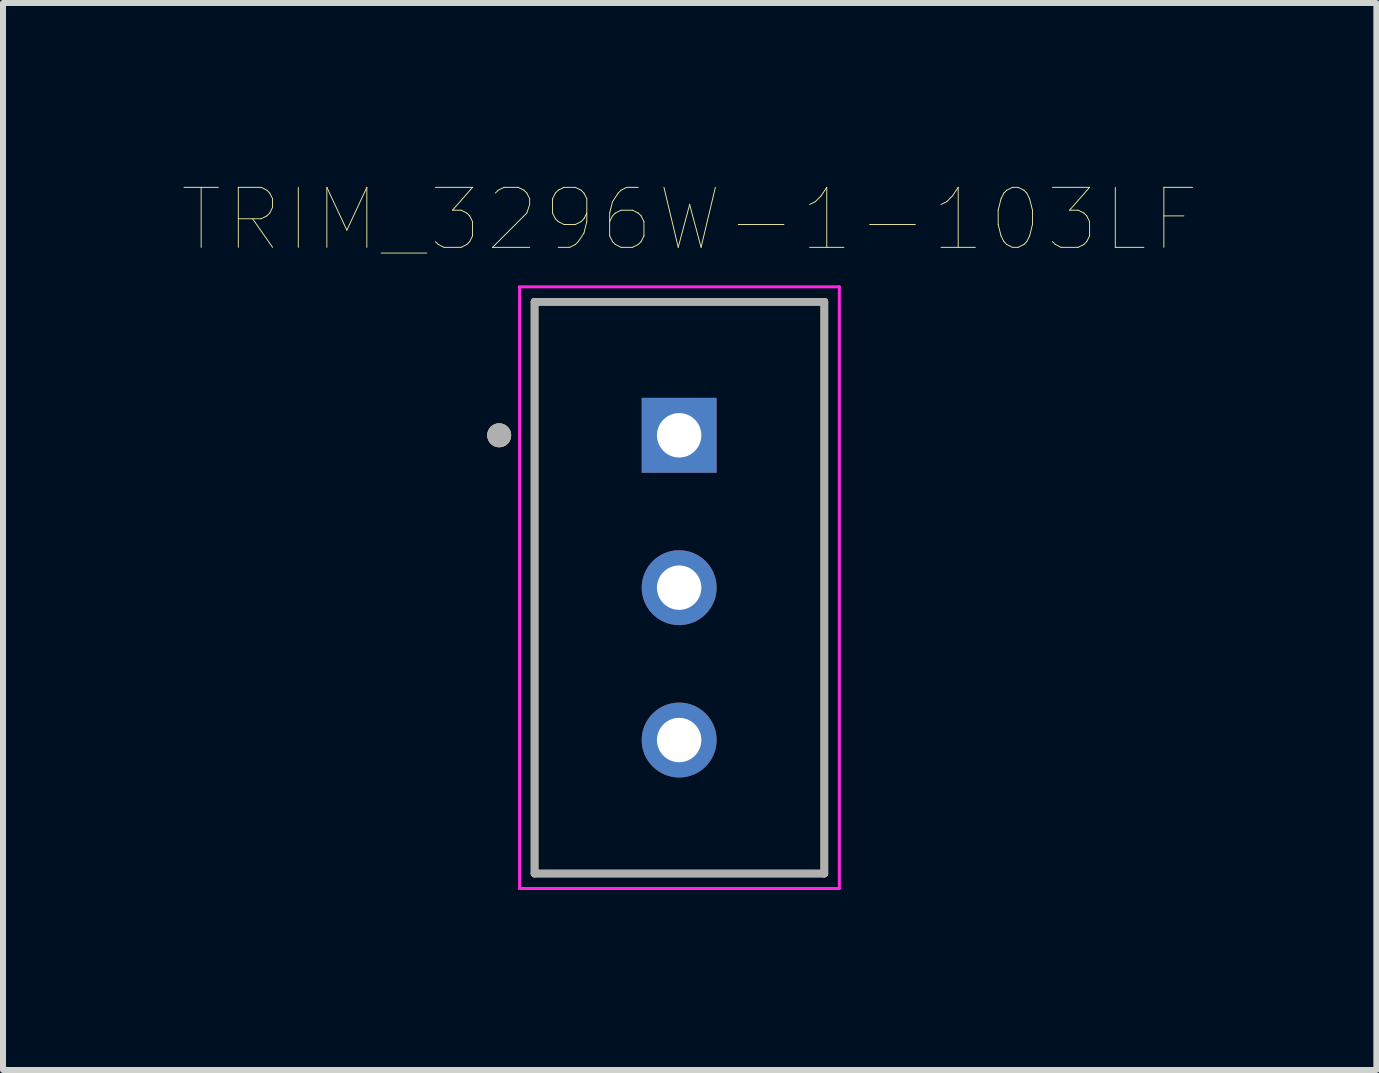
<source format=kicad_pcb>
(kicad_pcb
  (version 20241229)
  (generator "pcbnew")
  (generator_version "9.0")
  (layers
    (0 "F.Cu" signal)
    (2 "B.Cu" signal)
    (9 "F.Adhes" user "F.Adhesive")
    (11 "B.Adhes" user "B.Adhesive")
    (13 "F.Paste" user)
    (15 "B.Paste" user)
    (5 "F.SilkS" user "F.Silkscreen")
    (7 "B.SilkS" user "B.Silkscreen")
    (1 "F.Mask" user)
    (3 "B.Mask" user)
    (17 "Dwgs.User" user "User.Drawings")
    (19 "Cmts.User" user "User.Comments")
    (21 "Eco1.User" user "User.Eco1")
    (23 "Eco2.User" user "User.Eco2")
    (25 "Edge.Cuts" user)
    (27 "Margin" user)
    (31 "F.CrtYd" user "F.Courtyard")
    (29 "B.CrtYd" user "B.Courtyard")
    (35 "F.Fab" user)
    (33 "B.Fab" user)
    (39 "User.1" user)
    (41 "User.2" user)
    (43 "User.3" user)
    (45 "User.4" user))
  (footprint "TRIM_3296W-1-103LF"
    (layer "F.Cu")
    (at 8.271 6.746)
    (property "Reference" "TRIM_3296W-1-103LF" (at 0.175 -6.135 0) (layer "F.SilkS") (effects (font (size 1 1) (thickness 0.015))))
    (attr through_hole)
    (fp_line (start -2.41 -4.765) (end -2.41 4.765) (stroke (width 0.127) (type solid)) (layer "F.SilkS"))
    (fp_line (start -2.41 4.765) (end 2.42 4.765) (stroke (width 0.127) (type solid)) (layer "F.SilkS"))
    (fp_line (start 2.42 -4.765) (end -2.41 -4.765) (stroke (width 0.127) (type solid)) (layer "F.SilkS"))
    (fp_line (start 2.42 4.765) (end 2.42 -4.765) (stroke (width 0.127) (type solid)) (layer "F.SilkS"))
    (fp_circle (center -3 -2.54) (end -2.9 -2.54) (stroke (width 0.2) (type solid)) (fill no) (layer "F.SilkS"))
    (fp_line (start -2.66 -5.015) (end 2.67 -5.015) (stroke (width 0.05) (type solid)) (layer "F.CrtYd"))
    (fp_line (start -2.66 5.015) (end -2.66 -5.015) (stroke (width 0.05) (type solid)) (layer "F.CrtYd"))
    (fp_line (start 2.67 -5.015) (end 2.67 5.015) (stroke (width 0.05) (type solid)) (layer "F.CrtYd"))
    (fp_line (start 2.67 5.015) (end -2.66 5.015) (stroke (width 0.05) (type solid)) (layer "F.CrtYd"))
    (fp_line (start -2.41 -4.765) (end 2.42 -4.765) (stroke (width 0.127) (type solid)) (layer "F.Fab"))
    (fp_line (start -2.41 4.765) (end -2.41 -4.765) (stroke (width 0.127) (type solid)) (layer "F.Fab"))
    (fp_line (start 2.42 -4.765) (end 2.42 4.765) (stroke (width 0.127) (type solid)) (layer "F.Fab"))
    (fp_line (start 2.42 4.765) (end -2.41 4.765) (stroke (width 0.127) (type solid)) (layer "F.Fab"))
    (fp_circle (center -3 -2.54) (end -2.9 -2.54) (stroke (width 0.2) (type solid)) (fill no) (layer "F.Fab"))
    (pad "1" thru_hole rect (at 0 -2.54) (size 1.248 1.248) (drill 0.74) (layers "*.Cu" "*.Mask"))
    (pad "2" thru_hole circle (at 0 0) (size 1.248 1.248) (drill 0.74) (layers "*.Cu" "*.Mask"))
    (pad "3" thru_hole circle (at 0 2.54) (size 1.248 1.248) (drill 0.74) (layers "*.Cu" "*.Mask")))
  (gr_rect
    (start -3 -3)
    (end 19.893 14.786)
    (stroke (width 0.1) (type default))
    (fill no)
    (layer "Edge.Cuts")))
</source>
